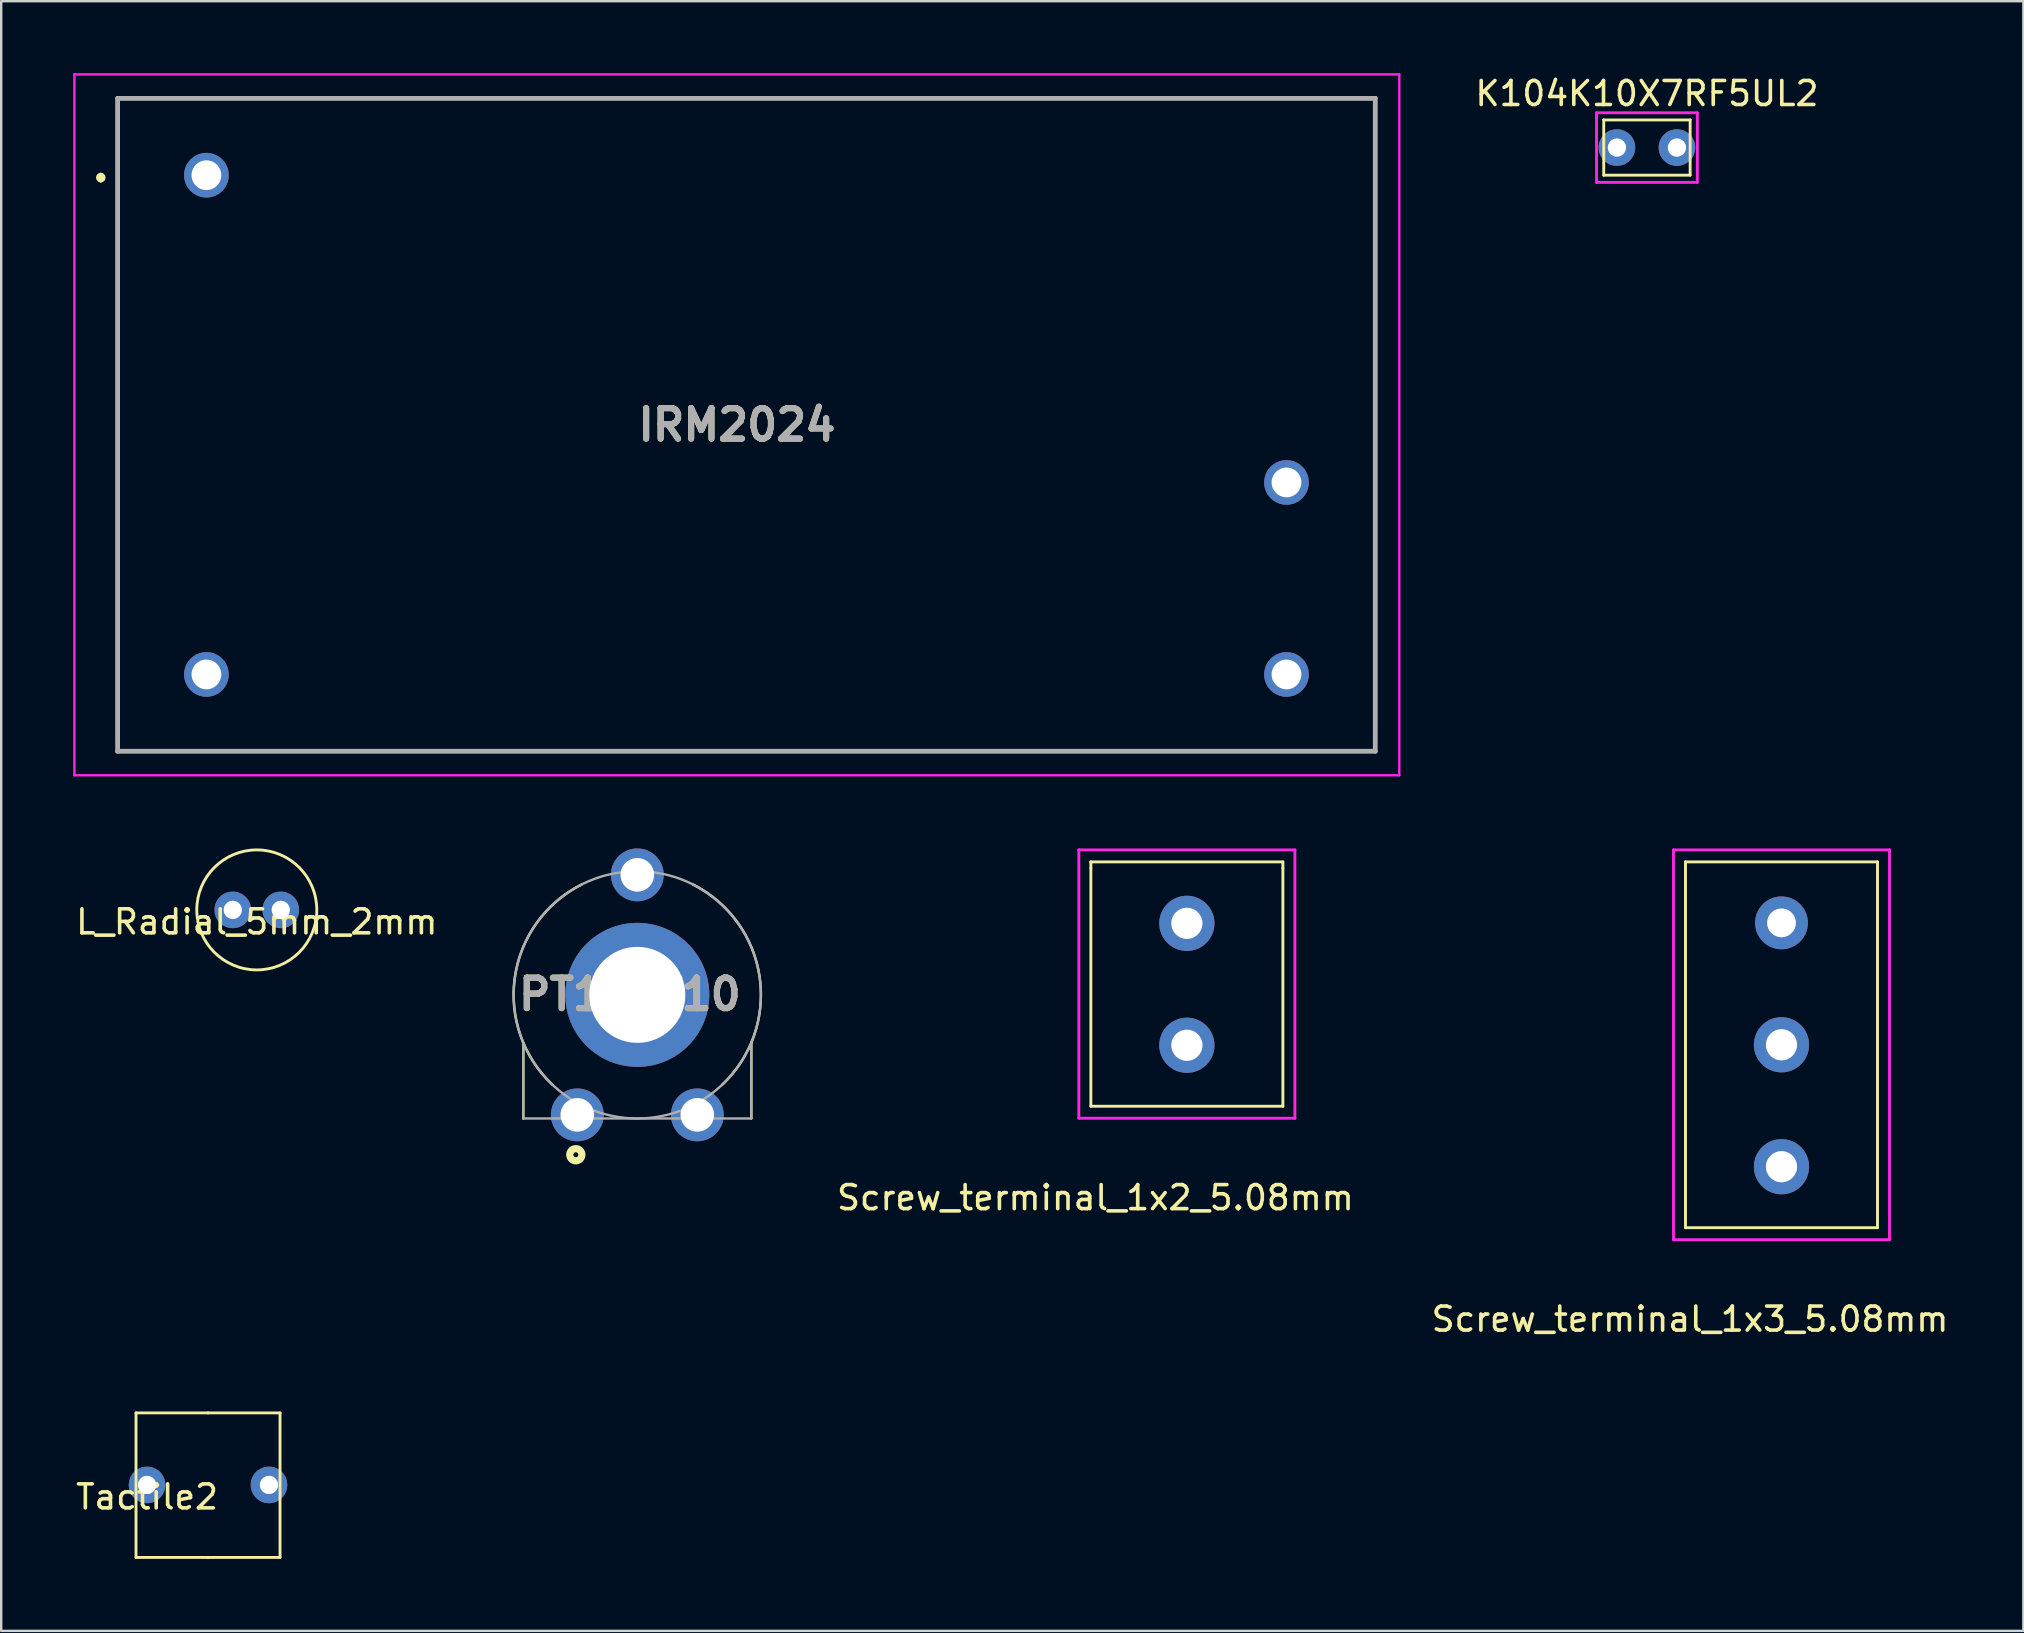
<source format=kicad_pcb>
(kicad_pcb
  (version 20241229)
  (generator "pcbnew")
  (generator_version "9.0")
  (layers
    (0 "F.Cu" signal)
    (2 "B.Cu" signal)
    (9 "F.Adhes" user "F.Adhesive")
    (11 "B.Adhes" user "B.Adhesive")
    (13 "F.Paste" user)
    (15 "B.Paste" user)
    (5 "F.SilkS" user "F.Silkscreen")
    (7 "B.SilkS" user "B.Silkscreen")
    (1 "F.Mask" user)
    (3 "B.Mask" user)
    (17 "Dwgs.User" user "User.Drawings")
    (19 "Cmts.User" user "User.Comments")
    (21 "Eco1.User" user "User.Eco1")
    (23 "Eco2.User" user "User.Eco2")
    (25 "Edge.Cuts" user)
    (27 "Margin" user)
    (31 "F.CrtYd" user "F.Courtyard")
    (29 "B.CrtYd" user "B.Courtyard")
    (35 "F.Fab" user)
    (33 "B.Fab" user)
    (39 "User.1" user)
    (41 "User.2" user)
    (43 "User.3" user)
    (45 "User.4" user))
  (footprint "Screw_terminal_1x2_5.08mm"
    (layer "F.Cu")
    (at 41.32 45.58)
    (property "Reference" "Screw_terminal_1x2_5.08mm" (at 1.27 1.27 0) (layer "F.SilkS") (effects (font (size 1 1) (thickness 0.15))))
    (attr through_hole)
    (fp_line (start 1.08 -12.72) (end 1.08 -12.46) (stroke (width 0.12) (type solid)) (layer "F.SilkS"))
    (fp_line (start 1.08 -12.72) (end 9.08 -12.72) (stroke (width 0.12) (type solid)) (layer "F.SilkS"))
    (fp_line (start 1.08 -12.46) (end 1.08 -2.54) (stroke (width 0.12) (type solid)) (layer "F.SilkS"))
    (fp_line (start 1.08 -2.54) (end 9.08 -2.54) (stroke (width 0.12) (type solid)) (layer "F.SilkS"))
    (fp_line (start 9.08 -12.46) (end 9.08 -12.72) (stroke (width 0.12) (type solid)) (layer "F.SilkS"))
    (fp_line (start 9.08 -12.46) (end 9.08 -2.54) (stroke (width 0.12) (type solid)) (layer "F.SilkS"))
    (fp_line (start 0.58 -13.22) (end 0.58 -2.04) (stroke (width 0.12) (type solid)) (layer "F.CrtYd"))
    (fp_line (start 0.58 -13.22) (end 9.58 -13.22) (stroke (width 0.12) (type solid)) (layer "F.CrtYd"))
    (fp_line (start 9.58 -13.22) (end 9.58 -2.04) (stroke (width 0.12) (type solid)) (layer "F.CrtYd"))
    (fp_line (start 9.58 -2.04) (end 0.58 -2.04) (stroke (width 0.12) (type solid)) (layer "F.CrtYd"))
    (pad "1" thru_hole circle (at 5.08 -5.08) (size 2.3 2.3) (drill 1.3) (layers "*.Cu" "*.Mask"))
    (pad "2" thru_hole circle (at 5.08 -10.16) (size 2.3 2.3) (drill 1.3) (layers "*.Cu" "*.Mask")))
  (footprint "PT10LV10"
    (layer "F.Cu")
    (at 23.503 38.4)
    (property "Reference" "PT10LV10" (at -0.311 -0.022 0) (layer "F.SilkS") (effects (font (size 1.27 1.27) (thickness 0.254))))
    (attr through_hole)
    (fp_line (start -4.75 2) (end -4.75 5.15) (stroke (width 0.1) (type solid)) (layer "F.SilkS"))
    (fp_line (start 4.75 2) (end 4.75 5.15) (stroke (width 0.1) (type solid)) (layer "F.SilkS"))
    (fp_arc (start -3.529008 3.750803) (mid -5.102761 -0.738021) (end -2.32166 -4.597) (stroke (width 0.1) (type solid)) (layer "F.SilkS"))
    (fp_arc (start 2.32166 -4.597) (mid 5.096648 -0.739386) (end 3.532259 3.747754) (stroke (width 0.1) (type solid)) (layer "F.SilkS"))
    (fp_circle (center -2.562 6.661) (end -2.562 6.764) (stroke (width 0.3) (type solid)) (fill no) (layer "F.SilkS"))
    (fp_line (start -4.75 5.15) (end -4.75 2) (stroke (width 0.1) (type solid)) (layer "F.Fab"))
    (fp_line (start -4.75 5.15) (end 4.75 5.15) (stroke (width 0.1) (type solid)) (layer "F.Fab"))
    (fp_line (start 4.75 5.15) (end 4.75 2) (stroke (width 0.1) (type solid)) (layer "F.Fab"))
    (fp_circle (center 0 0) (end 0 5.15) (stroke (width 0.1) (type solid)) (fill no) (layer "F.Fab"))
    (fp_text user "${REFERENCE}" (at -0.311 -0.022 0) (layer "F.Fab") (effects (font (size 1.27 1.27) (thickness 0.254))))
    (pad "1" thru_hole circle (at -2.5 5) (size 2.2 2.2) (drill 1.4) (layers "*.Cu" "*.Mask"))
    (pad "2" thru_hole circle (at 0 -5) (size 2.2 2.2) (drill 1.4) (layers "*.Cu" "*.Mask"))
    (pad "3" thru_hole circle (at 2.5 5) (size 2.2 2.2) (drill 1.4) (layers "*.Cu" "*.Mask"))
    (pad "4" thru_hole circle (at 0 0) (size 6 6) (drill 4) (layers "*.Cu" "*.Mask")))
  (footprint "K104K10X7RF5UL2"
    (layer "F.Cu")
    (at 63.768 4.248)
    (property "Reference" "K104K10X7RF5UL2" (at 1.8 -3.4 0) (layer "F.SilkS") (effects (font (size 1 1) (thickness 0.15))))
    (attr through_hole)
    (fp_line (start 0 -2.3) (end 0 0) (stroke (width 0.12) (type solid)) (layer "F.SilkS"))
    (fp_line (start 0 -2.3) (end 3.6 -2.3) (stroke (width 0.12) (type solid)) (layer "F.SilkS"))
    (fp_line (start 0 0) (end 3.6 0) (stroke (width 0.12) (type solid)) (layer "F.SilkS"))
    (fp_line (start 3.6 -2.3) (end 3.6 0) (stroke (width 0.12) (type solid)) (layer "F.SilkS"))
    (fp_line (start -0.3 -2.6) (end -0.3 0.3) (stroke (width 0.12) (type solid)) (layer "F.CrtYd"))
    (fp_line (start -0.3 -2.6) (end 3.9 -2.6) (stroke (width 0.12) (type solid)) (layer "F.CrtYd"))
    (fp_line (start -0.3 0.3) (end 3.9 0.3) (stroke (width 0.12) (type solid)) (layer "F.CrtYd"))
    (fp_line (start 3.9 0.3) (end 3.9 -2.6) (stroke (width 0.12) (type solid)) (layer "F.CrtYd"))
    (pad "1" thru_hole circle (at 0.55 -1.15) (size 1.524 1.524) (drill 0.762) (layers "*.Cu" "*.Mask"))
    (pad "2" thru_hole circle (at 3.05 -1.15) (size 1.524 1.524) (drill 0.762) (layers "*.Cu" "*.Mask")))
  (footprint "L_Radial_5mm_2mm"
    (layer "F.Cu")
    (at 7.649 34.86)
    (property "Reference" "L_Radial_5mm_2mm" (at 0 0.5 0) (layer "F.SilkS") (effects (font (size 1 1) (thickness 0.15))))
    (attr through_hole)
    (fp_circle (center 0 0) (end 2.5 0) (stroke (width 0.12) (type solid)) (fill no) (layer "F.SilkS"))
    (pad "1" thru_hole circle (at 1 0) (size 1.524 1.524) (drill 0.762) (layers "*.Cu" "*.Mask"))
    (pad "2" thru_hole circle (at -1 0) (size 1.524 1.524) (drill 0.762) (layers "*.Cu" "*.Mask")))
  (footprint "IRM2024"
    (layer "F.Cu")
    (at 27.65 14.65)
    (property "Reference" "IRM2024" (at 0 0 0) (layer "F.SilkS") (effects (font (size 1.27 1.27) (thickness 0.254))))
    (attr through_hole)
    (fp_line (start -26.5 -10.4) (end -26.5 -10.4) (stroke (width 0.2) (type solid)) (layer "F.SilkS"))
    (fp_line (start -26.5 -10.2) (end -26.5 -10.2) (stroke (width 0.2) (type solid)) (layer "F.SilkS"))
    (fp_line (start -25.8 -13.6) (end -25.8 13.6) (stroke (width 0.1) (type solid)) (layer "F.SilkS"))
    (fp_line (start -25.8 13.6) (end 26.6 13.6) (stroke (width 0.1) (type solid)) (layer "F.SilkS"))
    (fp_line (start 26.6 -13.6) (end -25.8 -13.6) (stroke (width 0.1) (type solid)) (layer "F.SilkS"))
    (fp_line (start 26.6 13.6) (end 26.6 -13.6) (stroke (width 0.1) (type solid)) (layer "F.SilkS"))
    (fp_arc (start -26.5 -10.4) (mid -26.4 -10.3) (end -26.5 -10.2) (stroke (width 0.2) (type solid)) (layer "F.SilkS"))
    (fp_arc (start -26.5 -10.2) (mid -26.6 -10.3) (end -26.5 -10.4) (stroke (width 0.2) (type solid)) (layer "F.SilkS"))
    (fp_line (start -27.6 -14.6) (end -27.6 14.6) (stroke (width 0.1) (type solid)) (layer "F.CrtYd"))
    (fp_line (start -27.6 14.6) (end 27.6 14.6) (stroke (width 0.1) (type solid)) (layer "F.CrtYd"))
    (fp_line (start 27.6 -14.6) (end -27.6 -14.6) (stroke (width 0.1) (type solid)) (layer "F.CrtYd"))
    (fp_line (start 27.6 14.6) (end 27.6 -14.6) (stroke (width 0.1) (type solid)) (layer "F.CrtYd"))
    (fp_line (start -25.8 -13.6) (end -25.8 13.6) (stroke (width 0.2) (type solid)) (layer "F.Fab"))
    (fp_line (start -25.8 13.6) (end 26.6 13.6) (stroke (width 0.2) (type solid)) (layer "F.Fab"))
    (fp_line (start 26.6 -13.6) (end -25.8 -13.6) (stroke (width 0.2) (type solid)) (layer "F.Fab"))
    (fp_line (start 26.6 13.6) (end 26.6 -13.6) (stroke (width 0.2) (type solid)) (layer "F.Fab"))
    (fp_text user "${REFERENCE}" (at 0 0 0) (layer "F.Fab") (effects (font (size 1.27 1.27) (thickness 0.254))))
    (pad "1" thru_hole circle (at -22.1 -10.4) (size 1.86 1.86) (drill 1.24) (layers "*.Cu" "*.Mask"))
    (pad "2" thru_hole circle (at -22.1 10.4) (size 1.86 1.86) (drill 1.24) (layers "*.Cu" "*.Mask"))
    (pad "3" thru_hole circle (at 22.9 10.4) (size 1.86 1.86) (drill 1.24) (layers "*.Cu" "*.Mask"))
    (pad "4" thru_hole circle (at 22.9 2.4) (size 1.86 1.86) (drill 1.24) (layers "*.Cu" "*.Mask")))
  (footprint "Screw_terminal_1x3_5.08mm"
    (layer "F.Cu")
    (at 66.094 50.64)
    (property "Reference" "Screw_terminal_1x3_5.08mm" (at 1.27 1.27 0) (layer "F.SilkS") (effects (font (size 1 1) (thickness 0.15))))
    (attr through_hole)
    (fp_line (start 1.08 -17.78) (end 1.08 -2.54) (stroke (width 0.12) (type solid)) (layer "F.SilkS"))
    (fp_line (start 1.08 -17.78) (end 9.08 -17.78) (stroke (width 0.12) (type solid)) (layer "F.SilkS"))
    (fp_line (start 1.08 -2.54) (end 9.08 -2.54) (stroke (width 0.12) (type solid)) (layer "F.SilkS"))
    (fp_line (start 9.08 -2.54) (end 9.08 -17.78) (stroke (width 0.12) (type solid)) (layer "F.SilkS"))
    (fp_line (start 0.58 -18.28) (end 9.58 -18.28) (stroke (width 0.12) (type solid)) (layer "F.CrtYd"))
    (fp_line (start 0.58 -2.04) (end 0.58 -18.28) (stroke (width 0.12) (type solid)) (layer "F.CrtYd"))
    (fp_line (start 9.58 -18.28) (end 9.58 -2.04) (stroke (width 0.12) (type solid)) (layer "F.CrtYd"))
    (fp_line (start 9.58 -2.04) (end 0.58 -2.04) (stroke (width 0.12) (type solid)) (layer "F.CrtYd"))
    (pad "1" thru_hole circle (at 5.08 -5.08) (size 2.3 2.3) (drill 1.3) (layers "*.Cu" "*.Mask"))
    (pad "2" thru_hole circle (at 5.08 -10.16) (size 2.3 2.3) (drill 1.3) (layers "*.Cu" "*.Mask"))
    (pad "3" thru_hole circle (at 5.08 -15.24) (size 2.2 2.2) (drill 1.2) (layers "*.Cu" "*.Mask")))
  (footprint "Tactile2"
    (layer "F.Cu")
    (at 3.077 58.818)
    (property "Reference" "Tactile2" (at 0 0.5 0) (layer "F.SilkS") (effects (font (size 1 1) (thickness 0.15))))
    (attr through_hole)
    (fp_line (start -0.46 -3) (end -0.46 3.02) (stroke (width 0.12) (type solid)) (layer "F.SilkS"))
    (fp_line (start -0.46 -3) (end 2.54 -3) (stroke (width 0.12) (type solid)) (layer "F.SilkS"))
    (fp_line (start -0.46 3.02) (end 2.54 3.02) (stroke (width 0.12) (type solid)) (layer "F.SilkS"))
    (fp_line (start 2.54 -3) (end 5.54 -3) (stroke (width 0.12) (type solid)) (layer "F.SilkS"))
    (fp_line (start 2.54 3.02) (end 5.54 3.02) (stroke (width 0.12) (type solid)) (layer "F.SilkS"))
    (fp_line (start 5.54 -3) (end 5.54 3.02) (stroke (width 0.12) (type solid)) (layer "F.SilkS"))
    (pad "1" thru_hole circle (at 0 0) (size 1.524 1.524) (drill 0.762) (layers "*.Cu" "*.Mask"))
    (pad "2" thru_hole circle (at 5.08 0) (size 1.524 1.524) (drill 0.762) (layers "*.Cu" "*.Mask")))
  (gr_rect
    (start -3 -3)
    (end 81.251 64.898)
    (stroke (width 0.1) (type default))
    (fill no)
    (layer "Edge.Cuts")))
</source>
